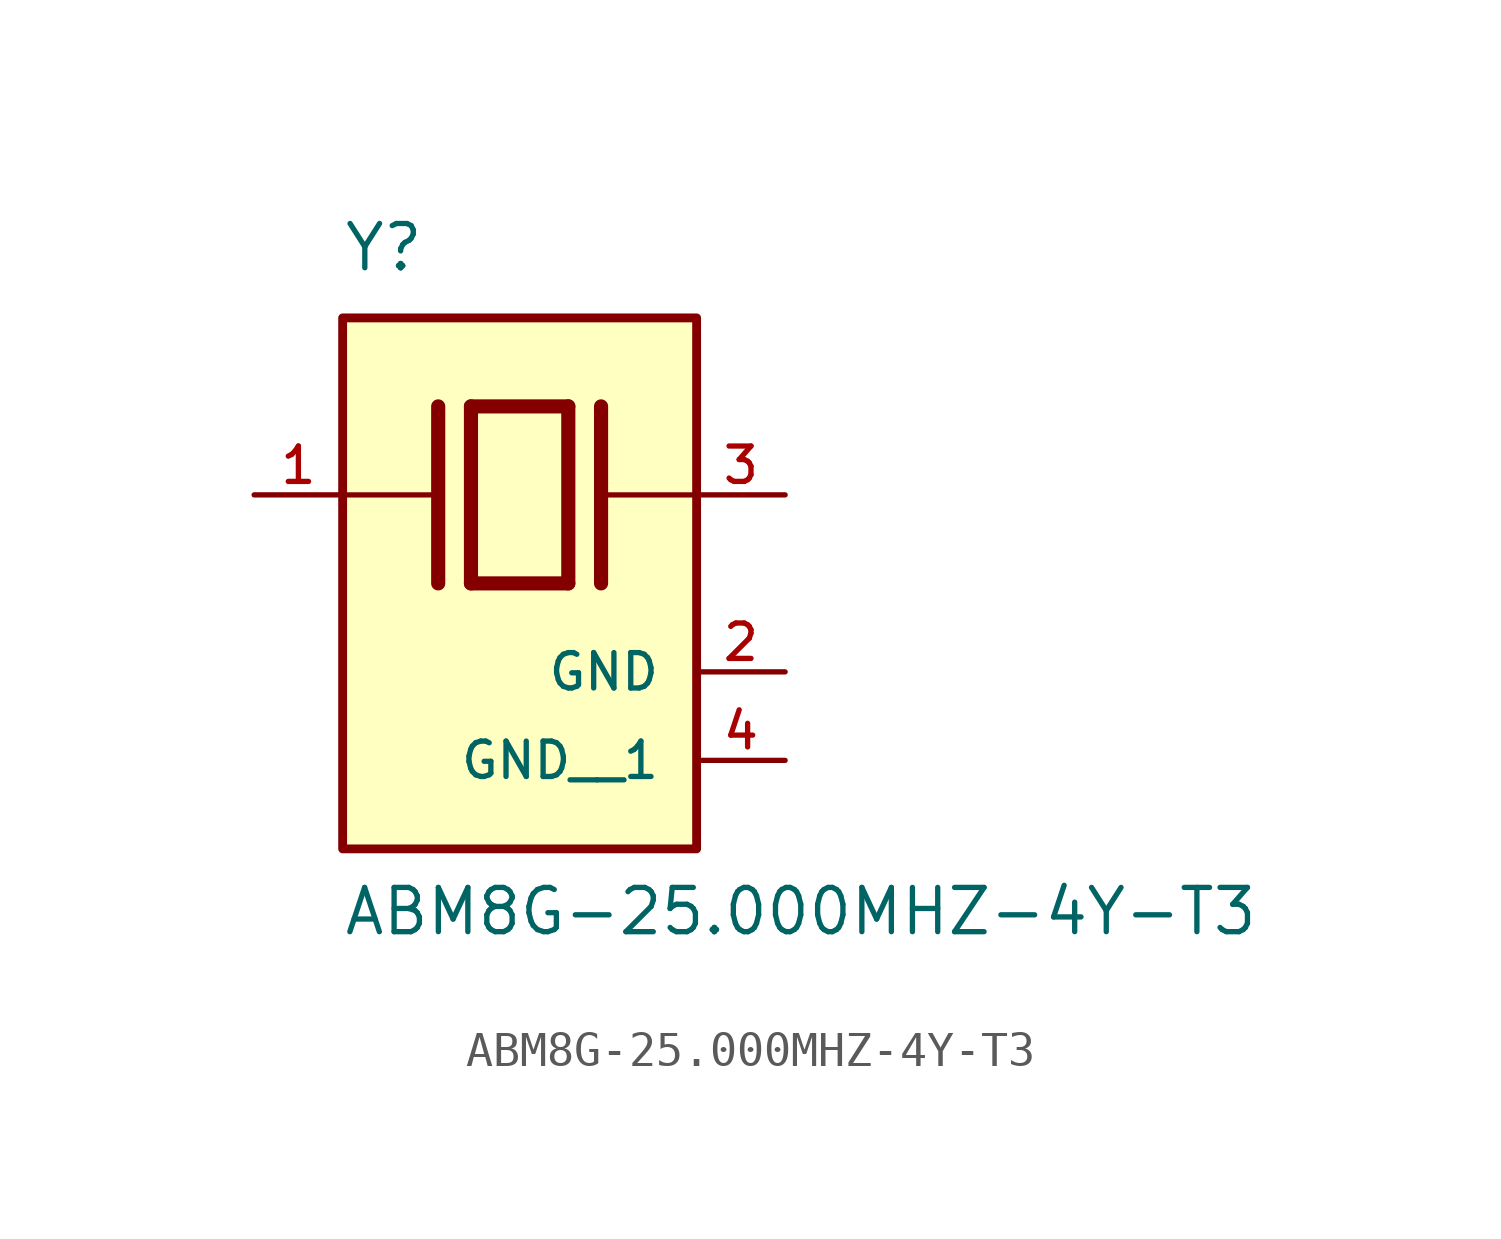
<source format=kicad_sym>
(kicad_symbol_lib
  (version 20211014)
  (generator kicad_symbol_editor)
  (symbol "ABM8G-25.000MHZ-4Y-T3"
    (pin_names
      (offset 1.016))
    (property "Reference" "Y"
      (at -5.088 6.356 0)
      (effects (font (size 1.27 1.27)) (justify bottom left)))
    (property "Value" "ABM8G-25.000MHZ-4Y-T3"
      (at -5.094 -12.7 0)
      (effects (font (size 1.27 1.27)) (justify bottom left)))
    (symbol "ABM8G-25.000MHZ-4Y-T3_0_0"
      (polyline (pts (xy -1.397 2.54) (xy 1.397 2.54)) (stroke (width 0.406)))
      (polyline (pts (xy 1.397 2.54) (xy 1.397 -2.54)) (stroke (width 0.406)))
      (polyline (pts (xy 1.397 -2.54) (xy -1.397 -2.54)) (stroke (width 0.406)))
      (polyline (pts (xy -1.397 2.54) (xy -1.397 -2.54)) (stroke (width 0.406)))
      (polyline (pts (xy 2.337 2.54) (xy 2.337 -2.54)) (stroke (width 0.406)))
      (polyline (pts (xy -2.337 2.54) (xy -2.337 -2.54)) (stroke (width 0.406)))
      (polyline (pts (xy -5.08 0.0) (xy -2.54 0.0)) (stroke (width 0.152)))
      (polyline (pts (xy 2.54 0.0) (xy 5.08 0.0)) (stroke (width 0.152)))
      (rectangle (start -5.08 -10.16) (end 5.08 5.08) (stroke (width 0.254)) (fill (type background)))
      (pin passive line (at 7.62 0.0 180.0) (length 2.54) (name "~" (effects (font (size 1.016 1.016)))) (number "3" (effects (font (size 1.016 1.016)))))
      (pin passive line (at -7.62 0.0 0) (length 2.54) (name "~" (effects (font (size 1.016 1.016)))) (number "1" (effects (font (size 1.016 1.016)))))
      (pin power_in line (at 7.62 -5.08 180.0) (length 2.54) (name "GND" (effects (font (size 1.016 1.016)))) (number "2" (effects (font (size 1.016 1.016)))))
      (pin power_in line (at 7.62 -7.62 180.0) (length 2.54) (name "GND__1" (effects (font (size 1.016 1.016)))) (number "4" (effects (font (size 1.016 1.016))))))))
</source>
